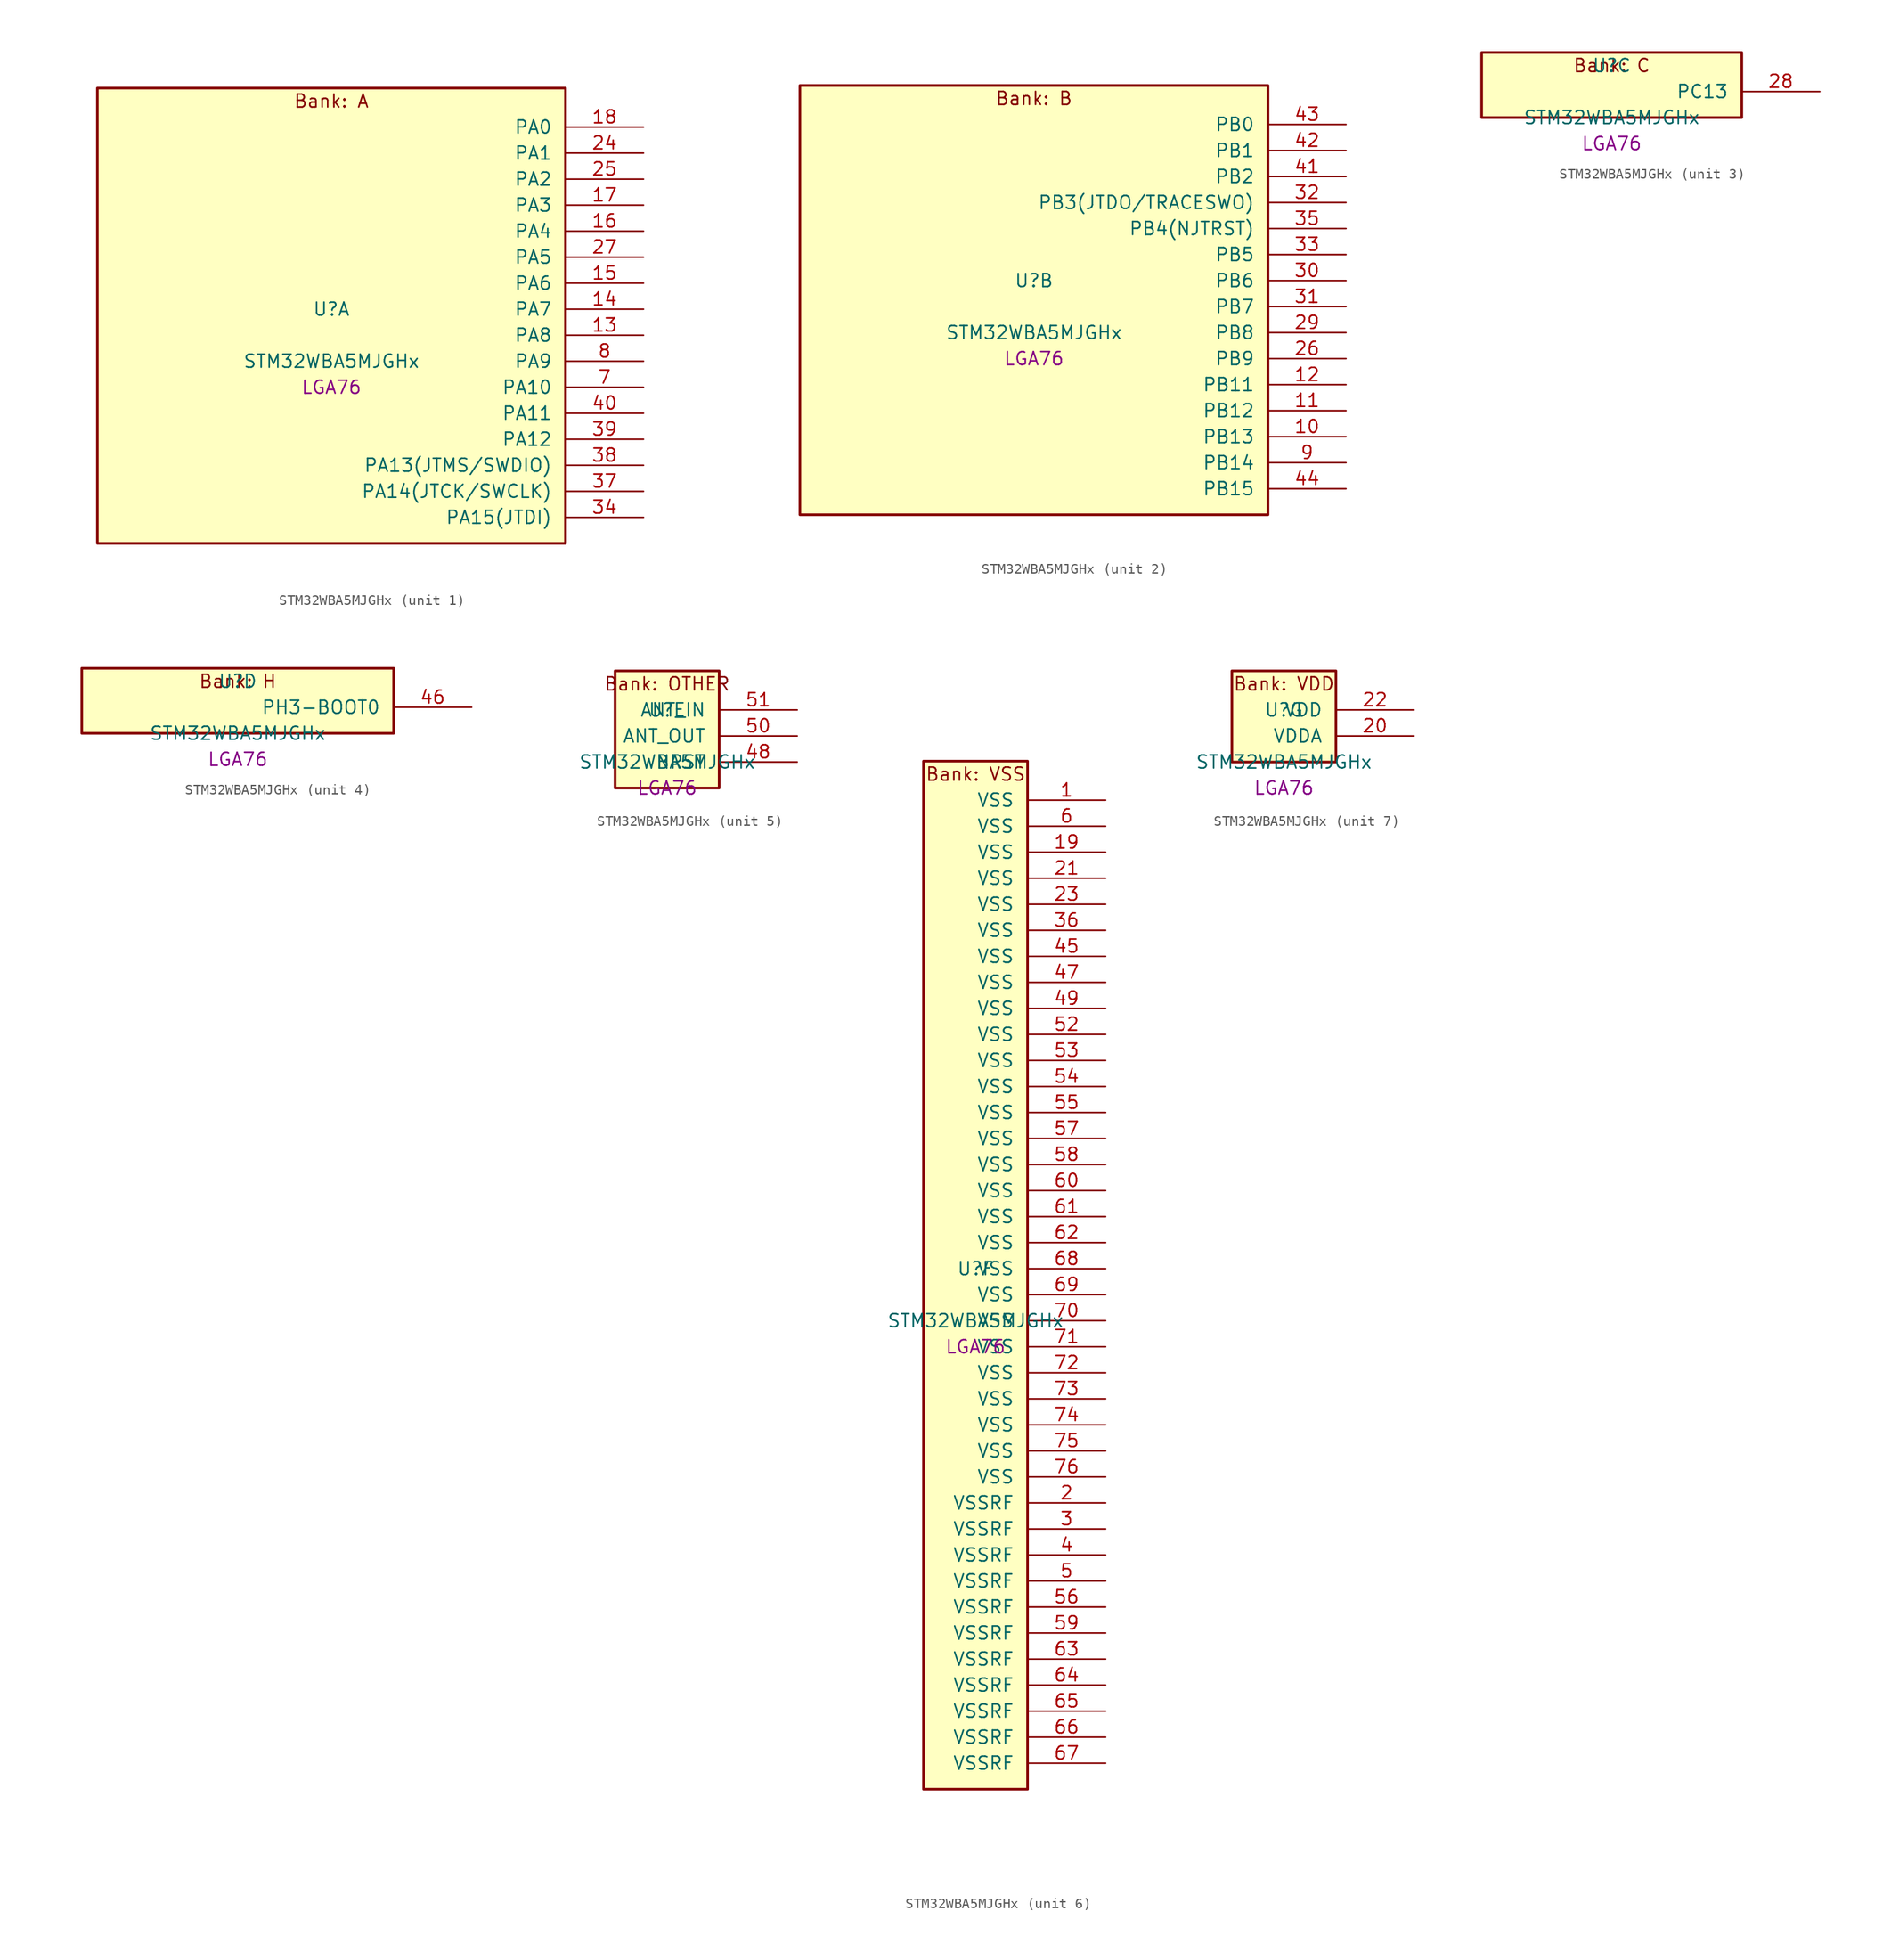
<source format=kicad_sym>
(kicad_symbol_lib
  (version 20241209)
  (generator "stm32_pkl_generator")
  (generator_version "1.0")
  (symbol "STM32WBA5MJGHx"
    (pin_names
      (offset 1.27))
    (property "Reference" "U"
      (at 0 2.54 0))
    (property "Value" "STM32WBA5MJGHx"
      (at 0 -2.54 0))
    (property "Footprint" "LGA76"
      (at 0 -5.08 0))
    (symbol "STM32WBA5MJGHx_1_1"
      (rectangle (start -22.86 24.13) (end 22.86 -20.32) (stroke (width 0.254) (type solid)) (fill (type background)))
      (text "Bank: A" (at 0 22.86 0))
      (pin bidirectional line (at 30.48 20.32 180) (length 7.62) (name "PA0") (number "18") (alternate "PA0/ADC4_IN9" bidirectional line) (alternate "PA0/COMP2_INP" bidirectional line) (alternate "PA0/LPTIM1_IN1" bidirectional line) (alternate "PA0/LPUART1_CTS" bidirectional line) (alternate "PA0/PWR_WKUP1" bidirectional line) (alternate "PA0/SPI3_SCK" bidirectional line) (alternate "PA0/TIM1_CH2N" bidirectional line) (alternate "PA0/TIM3_CH3" bidirectional line) (alternate "PA0/TIM3_ETR" bidirectional line) (alternate "PA0/TSC_G2_IO2" bidirectional line))
      (pin bidirectional line (at 30.48 17.78 180) (length 7.62) (name "PA1") (number "24") (alternate "PA1/ADC4_IN8" bidirectional line) (alternate "PA1/COMP1_INM" bidirectional line) (alternate "PA1/LPTIM2_CH2" bidirectional line) (alternate "PA1/LPUART1_RX" bidirectional line) (alternate "PA1/PWR_WKUP3" bidirectional line) (alternate "PA1/SAI1_CK1" bidirectional line) (alternate "PA1/SPI1_RDY" bidirectional line) (alternate "PA1/TIM17_CH1" bidirectional line) (alternate "PA1/TIM1_CH1N" bidirectional line) (alternate "PA1/TIM3_CH2" bidirectional line) (alternate "PA1/TSC_G2_IO1" bidirectional line) (alternate "PA1/USART1_CK" bidirectional line))
      (pin bidirectional line (at 30.48 15.24 180) (length 7.62) (name "PA2") (number "25") (alternate "PA2/ADC4_IN7" bidirectional line) (alternate "PA2/COMP1_INP" bidirectional line) (alternate "PA2/LPUART1_TX" bidirectional line) (alternate "PA2/PWR_WKUP4" bidirectional line) (alternate "PA2/RCC_LSCO" bidirectional line) (alternate "PA2/SAI1_D1" bidirectional line) (alternate "PA2/TIM16_CH1" bidirectional line) (alternate "PA2/TIM1_BKIN" bidirectional line) (alternate "PA2/TIM3_CH1" bidirectional line) (alternate "PA2/TSC_G4_IO4" bidirectional line) (alternate "PA2/USART1_DE" bidirectional line) (alternate "PA2/USART1_RTS" bidirectional line))
      (pin bidirectional line (at 30.48 12.7 180) (length 7.62) (name "PA3") (number "17") (alternate "PA3/ADC4_IN6" bidirectional line) (alternate "PA3/PWR_WKUP5" bidirectional line) (alternate "PA3/TIM16_CH1N" bidirectional line) (alternate "PA3/TSC_G4_IO2" bidirectional line) (alternate "PA3/USART1_DE" bidirectional line) (alternate "PA3/USART1_RTS" bidirectional line))
      (pin bidirectional line (at 30.48 10.16 180) (length 7.62) (name "PA4") (number "16") (alternate "PA4/ADC4_IN5" bidirectional line) (alternate "PA4/AUDIOCLK" bidirectional line) (alternate "PA4/PWR_WKUP2" bidirectional line) (alternate "PA4/TAMP_IN6" bidirectional line) (alternate "PA4/TAMP_OUT3" bidirectional line) (alternate "PA4/TIM16_CH1" bidirectional line) (alternate "PA4/TSC_G4_IO1" bidirectional line) (alternate "PA4/USART1_CTS" bidirectional line))
      (pin bidirectional line (at 30.48 7.62 180) (length 7.62) (name "PA5") (number "27") (alternate "PA5/ADC4_IN4" bidirectional line) (alternate "PA5/AUDIOCLK" bidirectional line) (alternate "PA5/LPTIM2_ETR" bidirectional line) (alternate "PA5/PWR_CSLEEP" bidirectional line) (alternate "PA5/PWR_WKUP6" bidirectional line) (alternate "PA5/SAI1_D2" bidirectional line) (alternate "PA5/SPI3_NSS" bidirectional line) (alternate "PA5/TIM2_CH1" bidirectional line) (alternate "PA5/TIM2_ETR" bidirectional line) (alternate "PA5/TSC_G1_IO4" bidirectional line) (alternate "PA5/USART1_CK" bidirectional line))
      (pin bidirectional line (at 30.48 5.08 180) (length 7.62) (name "PA6") (number "15") (alternate "PA6/ADC4_IN3" bidirectional line) (alternate "PA6/I2C3_SCL" bidirectional line) (alternate "PA6/PWR_CSTOP" bidirectional line) (alternate "PA6/PWR_WKUP7" bidirectional line) (alternate "PA6/SAI1_CK2" bidirectional line) (alternate "PA6/SAI1_MCLK_A" bidirectional line) (alternate "PA6/SPI3_RDY" bidirectional line) (alternate "PA6/TIM2_CH4" bidirectional line) (alternate "PA6/TSC_G1_IO3" bidirectional line) (alternate "PA6/USART1_DE" bidirectional line) (alternate "PA6/USART1_RTS" bidirectional line))
      (pin bidirectional line (at 30.48 2.54 180) (length 7.62) (name "PA7") (number "14") (alternate "PA7/ADC4_IN2" bidirectional line) (alternate "PA7/COMP1_OUT" bidirectional line) (alternate "PA7/I2C3_SDA" bidirectional line) (alternate "PA7/PWR_WKUP8" bidirectional line) (alternate "PA7/SAI1_SCK_A" bidirectional line) (alternate "PA7/TAMP_IN1" bidirectional line) (alternate "PA7/TAMP_OUT2" bidirectional line) (alternate "PA7/TIM2_CH3" bidirectional line) (alternate "PA7/TSC_G1_IO2" bidirectional line) (alternate "PA7/USART1_CTS" bidirectional line))
      (pin bidirectional line (at 30.48 0 180) (length 7.62) (name "PA8") (number "13") (alternate "PA8/ADC4_IN1" bidirectional line) (alternate "PA8/LPTIM1_CH2" bidirectional line) (alternate "PA8/RCC_MCO" bidirectional line) (alternate "PA8/SAI1_FS_A" bidirectional line) (alternate "PA8/SPI3_RDY" bidirectional line) (alternate "PA8/TIM2_CH2" bidirectional line) (alternate "PA8/TSC_G1_IO1" bidirectional line) (alternate "PA8/USART1_RX" bidirectional line))
      (pin bidirectional line (at 30.48 -2.54 180) (length 7.62) (name "PA9") (number "8") (alternate "PA9/LPUART1_DE" bidirectional line) (alternate "PA9/LPUART1_RTS" bidirectional line) (alternate "PA9/SAI1_CK1" bidirectional line) (alternate "PA9/TIM3_CH2" bidirectional line))
      (pin bidirectional line (at 30.48 -5.08 180) (length 7.62) (name "PA10") (number "7") (alternate "PA10/LPUART1_RX" bidirectional line) (alternate "PA10/SAI1_D1" bidirectional line) (alternate "PA10/TIM3_CH1" bidirectional line))
      (pin bidirectional line (at 30.48 -7.62 180) (length 7.62) (name "PA11") (number "40") (alternate "PA11/LPTIM2_CH1" bidirectional line) (alternate "PA11/RF_ANTSW1" bidirectional line) (alternate "PA11/TIM1_CH1" bidirectional line) (alternate "PA11/USART2_RX" bidirectional line))
      (pin bidirectional line (at 30.48 -10.16 180) (length 7.62) (name "PA12") (number "39") (alternate "PA12/COMP2_OUT" bidirectional line) (alternate "PA12/PTA_STATUS" bidirectional line) (alternate "PA12/PWR_WKUP6" bidirectional line) (alternate "PA12/RF_ANTSW0" bidirectional line) (alternate "PA12/SPI1_NSS" bidirectional line) (alternate "PA12/TIM1_CH2" bidirectional line) (alternate "PA12/TSC_G3_IO4" bidirectional line) (alternate "PA12/USART2_TX" bidirectional line))
      (pin bidirectional line (at 30.48 -12.7 180) (length 7.62) (name "PA13(JTMS/SWDIO)") (number "38") (alternate "PA13(JTMS/SWDIO)/DEBUG_JTMS-SWDIO" bidirectional line) (alternate "PA13(JTMS/SWDIO)/IR_OUT" bidirectional line) (alternate "PA13(JTMS/SWDIO)/PTA_PRIORITY" bidirectional line))
      (pin bidirectional line (at 30.48 -15.24 180) (length 7.62) (name "PA14(JTCK/SWCLK)") (number "37") (alternate "PA14(JTCK/SWCLK)/COMP2_OUT" bidirectional line) (alternate "PA14(JTCK/SWCLK)/DEBUG_JTCK-SWCLK" bidirectional line) (alternate "PA14(JTCK/SWCLK)/PTA_STATUS" bidirectional line) (alternate "PA14(JTCK/SWCLK)/TAMP_IN3" bidirectional line) (alternate "PA14(JTCK/SWCLK)/TAMP_OUT6" bidirectional line) (alternate "PA14(JTCK/SWCLK)/USART2_TX" bidirectional line))
      (pin bidirectional line (at 30.48 -17.78 180) (length 7.62) (name "PA15(JTDI)") (number "34") (alternate "PA15(JTDI)/ADC4_EXTI15" bidirectional line) (alternate "PA15(JTDI)/DEBUG_JTDI" bidirectional line) (alternate "PA15(JTDI)/I2C1_SCL" bidirectional line) (alternate "PA15(JTDI)/LPTIM1_CH2" bidirectional line) (alternate "PA15(JTDI)/PTA_STATUS" bidirectional line) (alternate "PA15(JTDI)/SPI1_MOSI" bidirectional line) (alternate "PA15(JTDI)/TIM17_BKIN" bidirectional line) (alternate "PA15(JTDI)/TIM1_ETR" bidirectional line) (alternate "PA15(JTDI)/TSC_G3_IO3" bidirectional line) (alternate "PA15(JTDI)/USART2_DE" bidirectional line) (alternate "PA15(JTDI)/USART2_RTS" bidirectional line)))
    (symbol "STM32WBA5MJGHx_2_1"
      (rectangle (start -22.86 21.59) (end 22.86 -20.32) (stroke (width 0.254) (type solid)) (fill (type background)))
      (text "Bank: B" (at 0 20.32 0))
      (pin bidirectional line (at 30.48 17.78 180) (length 7.62) (name "PB0") (number "43") (alternate "PB0/LPTIM2_IN2" bidirectional line) (alternate "PB0/TIM1_CH3N" bidirectional line) (alternate "PB0/USART2_TX" bidirectional line))
      (pin bidirectional line (at 30.48 15.24 180) (length 7.62) (name "PB1") (number "42") (alternate "PB1/I2C1_SDA" bidirectional line) (alternate "PB1/I2C3_SDA" bidirectional line) (alternate "PB1/PWR_WKUP4" bidirectional line) (alternate "PB1/TIM1_CH2N" bidirectional line) (alternate "PB1/USART2_DE" bidirectional line) (alternate "PB1/USART2_RTS" bidirectional line))
      (pin bidirectional line (at 30.48 12.7 180) (length 7.62) (name "PB2") (number "41") (alternate "PB2/I2C1_SCL" bidirectional line) (alternate "PB2/I2C3_SCL" bidirectional line) (alternate "PB2/PWR_WKUP1" bidirectional line) (alternate "PB2/RF_ANTSW2" bidirectional line) (alternate "PB2/RTC_OUT2" bidirectional line) (alternate "PB2/TIM1_CH1N" bidirectional line) (alternate "PB2/USART2_CTS" bidirectional line))
      (pin bidirectional line (at 30.48 10.16 180) (length 7.62) (name "PB3(JTDO/TRACESWO)") (number "32") (alternate "PB3(JTDO/TRACESWO)/DEBUG_JTDO-SWO" bidirectional line) (alternate "PB3(JTDO/TRACESWO)/I2C1_SDA" bidirectional line) (alternate "PB3(JTDO/TRACESWO)/LPTIM1_IN2" bidirectional line) (alternate "PB3(JTDO/TRACESWO)/PTA_ACTIVE" bidirectional line) (alternate "PB3(JTDO/TRACESWO)/SPI1_MISO" bidirectional line) (alternate "PB3(JTDO/TRACESWO)/TIM17_CH1N" bidirectional line) (alternate "PB3(JTDO/TRACESWO)/TIM1_CH4" bidirectional line) (alternate "PB3(JTDO/TRACESWO)/TSC_G3_IO2" bidirectional line) (alternate "PB3(JTDO/TRACESWO)/USART2_CK" bidirectional line))
      (pin bidirectional line (at 30.48 7.62 180) (length 7.62) (name "PB4(NJTRST)") (number "35") (alternate "PB4(NJTRST)/DEBUG_JTRST" bidirectional line) (alternate "PB4(NJTRST)/LPTIM2_IN2" bidirectional line) (alternate "PB4(NJTRST)/PTA_ACTIVE" bidirectional line) (alternate "PB4(NJTRST)/PTA_PRIORITY" bidirectional line) (alternate "PB4(NJTRST)/SAI1_MCLK_B" bidirectional line) (alternate "PB4(NJTRST)/SPI1_SCK" bidirectional line) (alternate "PB4(NJTRST)/TIM17_CH1" bidirectional line) (alternate "PB4(NJTRST)/TIM1_CH3" bidirectional line) (alternate "PB4(NJTRST)/TSC_G3_IO1" bidirectional line) (alternate "PB4(NJTRST)/USART2_RX" bidirectional line))
      (pin bidirectional line (at 30.48 5.08 180) (length 7.62) (name "PB5") (number "33") (alternate "PB5/LPUART1_TX" bidirectional line) (alternate "PB5/SAI1_D2" bidirectional line) (alternate "PB5/SAI1_FS_B" bidirectional line) (alternate "PB5/TIM3_CH1" bidirectional line) (alternate "PB5/TSC_G5_IO4" bidirectional line))
      (pin bidirectional line (at 30.48 2.54 180) (length 7.62) (name "PB6") (number "30") (alternate "PB6/PWR_WKUP3" bidirectional line) (alternate "PB6/SAI1_SCK_B" bidirectional line) (alternate "PB6/TIM2_CH1" bidirectional line) (alternate "PB6/TIM2_ETR" bidirectional line) (alternate "PB6/TSC_G5_IO3" bidirectional line))
      (pin bidirectional line (at 30.48 0 180) (length 7.62) (name "PB7") (number "31") (alternate "PB7/PWR_WKUP5" bidirectional line) (alternate "PB7/SAI1_SD_B" bidirectional line) (alternate "PB7/TAMP_IN5" bidirectional line) (alternate "PB7/TAMP_OUT4" bidirectional line) (alternate "PB7/TIM1_CH4N" bidirectional line) (alternate "PB7/TSC_G5_IO2" bidirectional line))
      (pin bidirectional line (at 30.48 -2.54 180) (length 7.62) (name "PB8") (number "29") (alternate "PB8/COMP1_OUT" bidirectional line) (alternate "PB8/LPTIM1_ETR" bidirectional line) (alternate "PB8/PWR_PVD_IN" bidirectional line) (alternate "PB8/SPI3_MOSI" bidirectional line) (alternate "PB8/TIM16_CH1N" bidirectional line) (alternate "PB8/TIM1_CH1" bidirectional line) (alternate "PB8/TIM3_ETR" bidirectional line) (alternate "PB8/TSC_G2_IO4" bidirectional line) (alternate "PB8/USART2_RX" bidirectional line))
      (pin bidirectional line (at 30.48 -5.08 180) (length 7.62) (name "PB9") (number "26") (alternate "PB9/ADC4_IN10" bidirectional line) (alternate "PB9/COMP2_INM" bidirectional line) (alternate "PB9/IR_OUT" bidirectional line) (alternate "PB9/LPTIM2_IN1" bidirectional line) (alternate "PB9/LPUART1_DE" bidirectional line) (alternate "PB9/LPUART1_RTS" bidirectional line) (alternate "PB9/PWR_WKUP8" bidirectional line) (alternate "PB9/SPI3_MISO" bidirectional line) (alternate "PB9/TIM16_CH1" bidirectional line) (alternate "PB9/TIM1_CH3N" bidirectional line) (alternate "PB9/TIM3_CH4" bidirectional line) (alternate "PB9/TSC_G2_IO3" bidirectional line))
      (pin bidirectional line (at 30.48 -7.62 180) (length 7.62) (name "PB11") (number "12") (alternate "PB11/LPTIM1_CH1" bidirectional line) (alternate "PB11/LPTIM1_ETR" bidirectional line) (alternate "PB11/LPUART1_TX" bidirectional line))
      (pin bidirectional line (at 30.48 -10.16 180) (length 7.62) (name "PB12") (number "11") (alternate "PB12/SAI1_SD_A" bidirectional line) (alternate "PB12/SPI1_RDY" bidirectional line) (alternate "PB12/TIM2_CH1" bidirectional line) (alternate "PB12/TIM2_ETR" bidirectional line) (alternate "PB12/TIM3_ETR" bidirectional line) (alternate "PB12/TSC_SYNC" bidirectional line) (alternate "PB12/USART1_TX" bidirectional line))
      (pin bidirectional line (at 30.48 -12.7 180) (length 7.62) (name "PB13") (number "10") (alternate "PB13/TIM3_CH4" bidirectional line) (alternate "PB13/TSC_G6_IO2" bidirectional line))
      (pin bidirectional line (at 30.48 -15.24 180) (length 7.62) (name "PB14") (number "9") (alternate "PB14/PWR_WKUP7" bidirectional line) (alternate "PB14/RTC_REFIN" bidirectional line) (alternate "PB14/SAI1_SD_A" bidirectional line) (alternate "PB14/TIM3_CH3" bidirectional line) (alternate "PB14/TSC_G6_IO1" bidirectional line) (alternate "PB14/USART1_TX" bidirectional line))
      (pin bidirectional line (at 30.48 -17.78 180) (length 7.62) (name "PB15") (number "44") (alternate "PB15/ADC4_EXTI15" bidirectional line) (alternate "PB15/I2C1_SMBA" bidirectional line) (alternate "PB15/I2C3_SMBA" bidirectional line) (alternate "PB15/LPUART1_CTS" bidirectional line) (alternate "PB15/PTA_GRANT" bidirectional line) (alternate "PB15/RF_EXTPABYP" bidirectional line) (alternate "PB15/TIM16_BKIN" bidirectional line) (alternate "PB15/TIM1_BKIN2" bidirectional line) (alternate "PB15/USART2_CTS" bidirectional line)))
    (symbol "STM32WBA5MJGHx_3_1"
      (rectangle (start -12.7 3.81) (end 12.7 -2.54) (stroke (width 0.254) (type solid)) (fill (type background)))
      (text "Bank: C" (at 0 2.54 0))
      (pin bidirectional line (at 20.32 0 180) (length 7.62) (name "PC13") (number "28") (alternate "PC13/PWR_WKUP2" bidirectional line) (alternate "PC13/RTC_OUT1" bidirectional line) (alternate "PC13/RTC_TS" bidirectional line) (alternate "PC13/TAMP_IN4" bidirectional line) (alternate "PC13/TAMP_OUT5" bidirectional line) (alternate "PC13/TIM1_BKIN2" bidirectional line) (alternate "PC13/TSC_G5_IO1" bidirectional line)))
    (symbol "STM32WBA5MJGHx_4_1"
      (rectangle (start -15.24 3.81) (end 15.24 -2.54) (stroke (width 0.254) (type solid)) (fill (type background)))
      (text "Bank: H" (at 0 2.54 0))
      (pin bidirectional line (at 22.86 0 180) (length 7.62) (name "PH3-BOOT0") (number "46") (alternate "PH3-BOOT0/PTA_GRANT" bidirectional line) (alternate "PH3-BOOT0/RF_EXTPABYP" bidirectional line) (alternate "PH3-BOOT0/TAMP_IN2" bidirectional line) (alternate "PH3-BOOT0/TAMP_OUT1" bidirectional line)))
    (symbol "STM32WBA5MJGHx_5_1"
      (rectangle (start -5.08 6.35) (end 5.08 -5.08) (stroke (width 0.254) (type solid)) (fill (type background)))
      (text "Bank: OTHER" (at 0 5.08 0))
      (pin bidirectional line (at 12.7 2.54 180) (length 7.62) (name "ANT_IN") (number "51"))
      (pin bidirectional line (at 12.7 0 180) (length 7.62) (name "ANT_OUT") (number "50"))
      (pin input line (at 12.7 -2.54 180) (length 7.62) (name "NRST") (number "48")))
    (symbol "STM32WBA5MJGHx_6_1"
      (rectangle (start -5.08 52.07) (end 5.08 -48.26) (stroke (width 0.254) (type solid)) (fill (type background)))
      (text "Bank: VSS" (at 0 50.8 0))
      (pin power_in line (at 12.7 48.26 180) (length 7.62) (name "VSS") (number "1"))
      (pin power_in line (at 12.7 45.72 180) (length 7.62) (name "VSS") (number "6"))
      (pin power_in line (at 12.7 43.18 180) (length 7.62) (name "VSS") (number "19"))
      (pin power_in line (at 12.7 40.64 180) (length 7.62) (name "VSS") (number "21"))
      (pin power_in line (at 12.7 38.1 180) (length 7.62) (name "VSS") (number "23"))
      (pin power_in line (at 12.7 35.56 180) (length 7.62) (name "VSS") (number "36"))
      (pin power_in line (at 12.7 33.02 180) (length 7.62) (name "VSS") (number "45"))
      (pin power_in line (at 12.7 30.48 180) (length 7.62) (name "VSS") (number "47"))
      (pin power_in line (at 12.7 27.94 180) (length 7.62) (name "VSS") (number "49"))
      (pin power_in line (at 12.7 25.4 180) (length 7.62) (name "VSS") (number "52"))
      (pin power_in line (at 12.7 22.86 180) (length 7.62) (name "VSS") (number "53"))
      (pin power_in line (at 12.7 20.32 180) (length 7.62) (name "VSS") (number "54"))
      (pin power_in line (at 12.7 17.78 180) (length 7.62) (name "VSS") (number "55"))
      (pin power_in line (at 12.7 15.24 180) (length 7.62) (name "VSS") (number "57"))
      (pin power_in line (at 12.7 12.7 180) (length 7.62) (name "VSS") (number "58"))
      (pin power_in line (at 12.7 10.16 180) (length 7.62) (name "VSS") (number "60"))
      (pin power_in line (at 12.7 7.62 180) (length 7.62) (name "VSS") (number "61"))
      (pin power_in line (at 12.7 5.08 180) (length 7.62) (name "VSS") (number "62"))
      (pin power_in line (at 12.7 2.54 180) (length 7.62) (name "VSS") (number "68"))
      (pin power_in line (at 12.7 0 180) (length 7.62) (name "VSS") (number "69"))
      (pin power_in line (at 12.7 -2.54 180) (length 7.62) (name "VSS") (number "70"))
      (pin power_in line (at 12.7 -5.08 180) (length 7.62) (name "VSS") (number "71"))
      (pin power_in line (at 12.7 -7.62 180) (length 7.62) (name "VSS") (number "72"))
      (pin power_in line (at 12.7 -10.16 180) (length 7.62) (name "VSS") (number "73"))
      (pin power_in line (at 12.7 -12.7 180) (length 7.62) (name "VSS") (number "74"))
      (pin power_in line (at 12.7 -15.24 180) (length 7.62) (name "VSS") (number "75"))
      (pin power_in line (at 12.7 -17.78 180) (length 7.62) (name "VSS") (number "76"))
      (pin power_in line (at 12.7 -20.32 180) (length 7.62) (name "VSSRF") (number "2"))
      (pin power_in line (at 12.7 -22.86 180) (length 7.62) (name "VSSRF") (number "3"))
      (pin power_in line (at 12.7 -25.4 180) (length 7.62) (name "VSSRF") (number "4"))
      (pin power_in line (at 12.7 -27.94 180) (length 7.62) (name "VSSRF") (number "5"))
      (pin power_in line (at 12.7 -30.48 180) (length 7.62) (name "VSSRF") (number "56"))
      (pin power_in line (at 12.7 -33.02 180) (length 7.62) (name "VSSRF") (number "59"))
      (pin power_in line (at 12.7 -35.56 180) (length 7.62) (name "VSSRF") (number "63"))
      (pin power_in line (at 12.7 -38.1 180) (length 7.62) (name "VSSRF") (number "64"))
      (pin power_in line (at 12.7 -40.64 180) (length 7.62) (name "VSSRF") (number "65"))
      (pin power_in line (at 12.7 -43.18 180) (length 7.62) (name "VSSRF") (number "66"))
      (pin power_in line (at 12.7 -45.72 180) (length 7.62) (name "VSSRF") (number "67")))
    (symbol "STM32WBA5MJGHx_7_1"
      (rectangle (start -5.08 6.35) (end 5.08 -2.54) (stroke (width 0.254) (type solid)) (fill (type background)))
      (text "Bank: VDD" (at 0 5.08 0))
      (pin power_in line (at 12.7 2.54 180) (length 7.62) (name "VDD") (number "22"))
      (pin power_in line (at 12.7 0 180) (length 7.62) (name "VDDA") (number "20")))))
</source>
